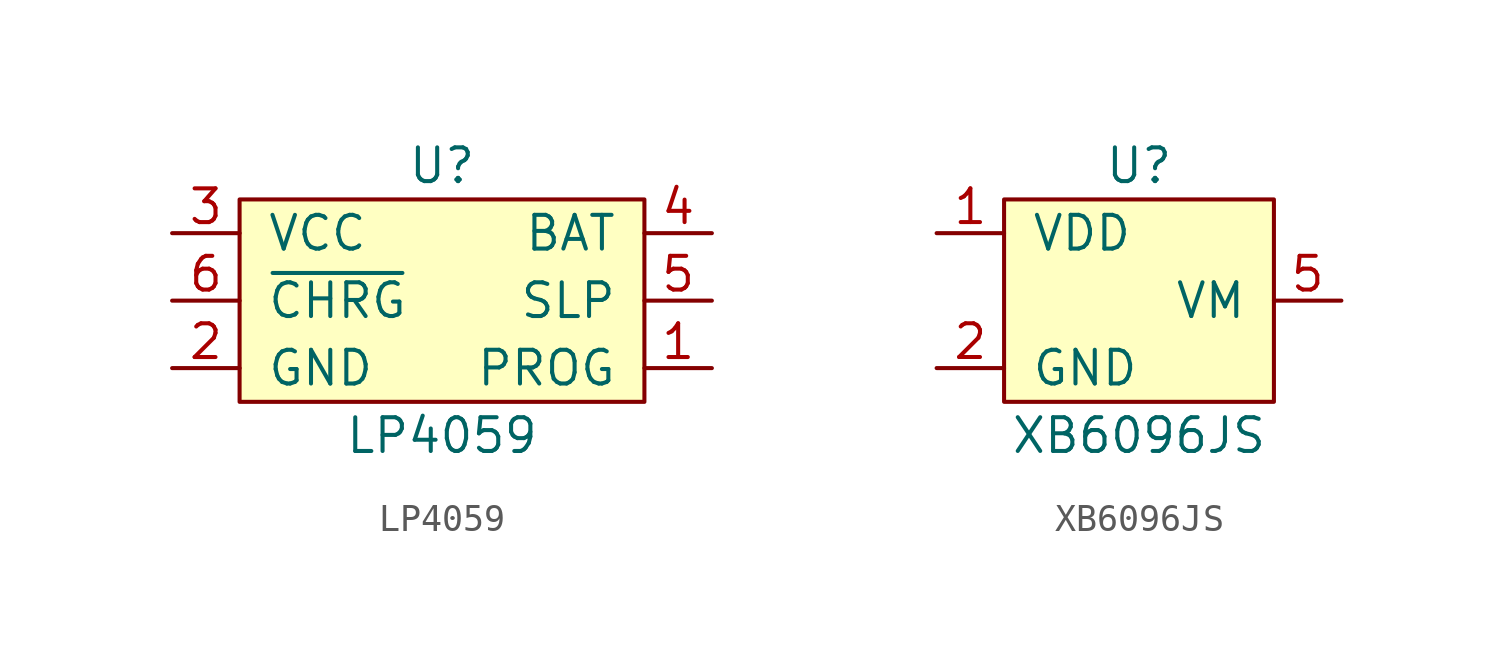
<source format=kicad_sym>
(kicad_symbol_lib
  (version 20211014)
  (generator kicad_symbol_editor)
  (symbol "LP4059"
    (pin_names
      (offset 1.016))
    (property "Reference" "U"
      (at 0 5.08 0)
      (effects (font (size 1.27 1.27))))
    (property "Value" "LP4059"
      (at 0 -5.08 0)
      (effects (font (size 1.27 1.27))))
    (symbol "LP4059_0_1"
      (rectangle (start -7.62 3.81) (end 7.62 -3.81) (stroke (width 0) (type default) (color 0 0 0 0)) (fill (type background))))
    (symbol "LP4059_1_1"
      (pin passive line (at 10.16 -2.54 180) (length 2.54) (name "PROG" (effects (font (size 1.27 1.27)))) (number "1" (effects (font (size 1.27 1.27)))))
      (pin passive line (at -10.16 -2.54 0) (length 2.54) (name "GND" (effects (font (size 1.27 1.27)))) (number "2" (effects (font (size 1.27 1.27)))))
      (pin passive line (at -10.16 2.54 0) (length 2.54) (name "VCC" (effects (font (size 1.27 1.27)))) (number "3" (effects (font (size 1.27 1.27)))))
      (pin passive line (at 10.16 2.54 180) (length 2.54) (name "BAT" (effects (font (size 1.27 1.27)))) (number "4" (effects (font (size 1.27 1.27)))))
      (pin passive line (at 10.16 0 180) (length 2.54) (name "SLP" (effects (font (size 1.27 1.27)))) (number "5" (effects (font (size 1.27 1.27)))))
      (pin passive line (at -10.16 0 0) (length 2.54) (name "~{CHRG}" (effects (font (size 1.27 1.27)))) (number "6" (effects (font (size 1.27 1.27)))))))
  (symbol "XB6096JS"
    (pin_names
      (offset 1.016))
    (property "Reference" "U"
      (at 0 5.08 0)
      (effects (font (size 1.27 1.27))))
    (property "Value" "XB6096JS"
      (at 0 -5.08 0)
      (effects (font (size 1.27 1.27))))
    (symbol "XB6096JS_0_1"
      (rectangle (start -5.08 3.81) (end 5.08 -3.81) (stroke (width 0) (type default) (color 0 0 0 0)) (fill (type background))))
    (symbol "XB6096JS_1_1"
      (pin passive line (at -7.62 2.54 0) (length 2.54) (name "VDD" (effects (font (size 1.27 1.27)))) (number "1" (effects (font (size 1.27 1.27)))))
      (pin passive line (at -7.62 -2.54 0) (length 2.54) (name "GND" (effects (font (size 1.27 1.27)))) (number "2" (effects (font (size 1.27 1.27)))))
      (pin passive line (at -7.62 -2.54 0) (length 2.54) hide (name "GND" (effects (font (size 1.27 1.27)))) (number "3" (effects (font (size 1.27 1.27)))))
      (pin passive line (at 7.62 0 180) (length 2.54) hide (name "VM" (effects (font (size 1.27 1.27)))) (number "4" (effects (font (size 1.27 1.27)))))
      (pin passive line (at 7.62 0 180) (length 2.54) (name "VM" (effects (font (size 1.27 1.27)))) (number "5" (effects (font (size 1.27 1.27)))))
      (pin passive line (at 7.62 0 180) (length 2.54) hide (name "VM" (effects (font (size 1.27 1.27)))) (number "6" (effects (font (size 1.27 1.27)))))
      (pin passive line (at -7.62 -2.54 0) (length 2.54) hide (name "GND" (effects (font (size 1.27 1.27)))) (number "7" (effects (font (size 1.27 1.27))))))))
</source>
